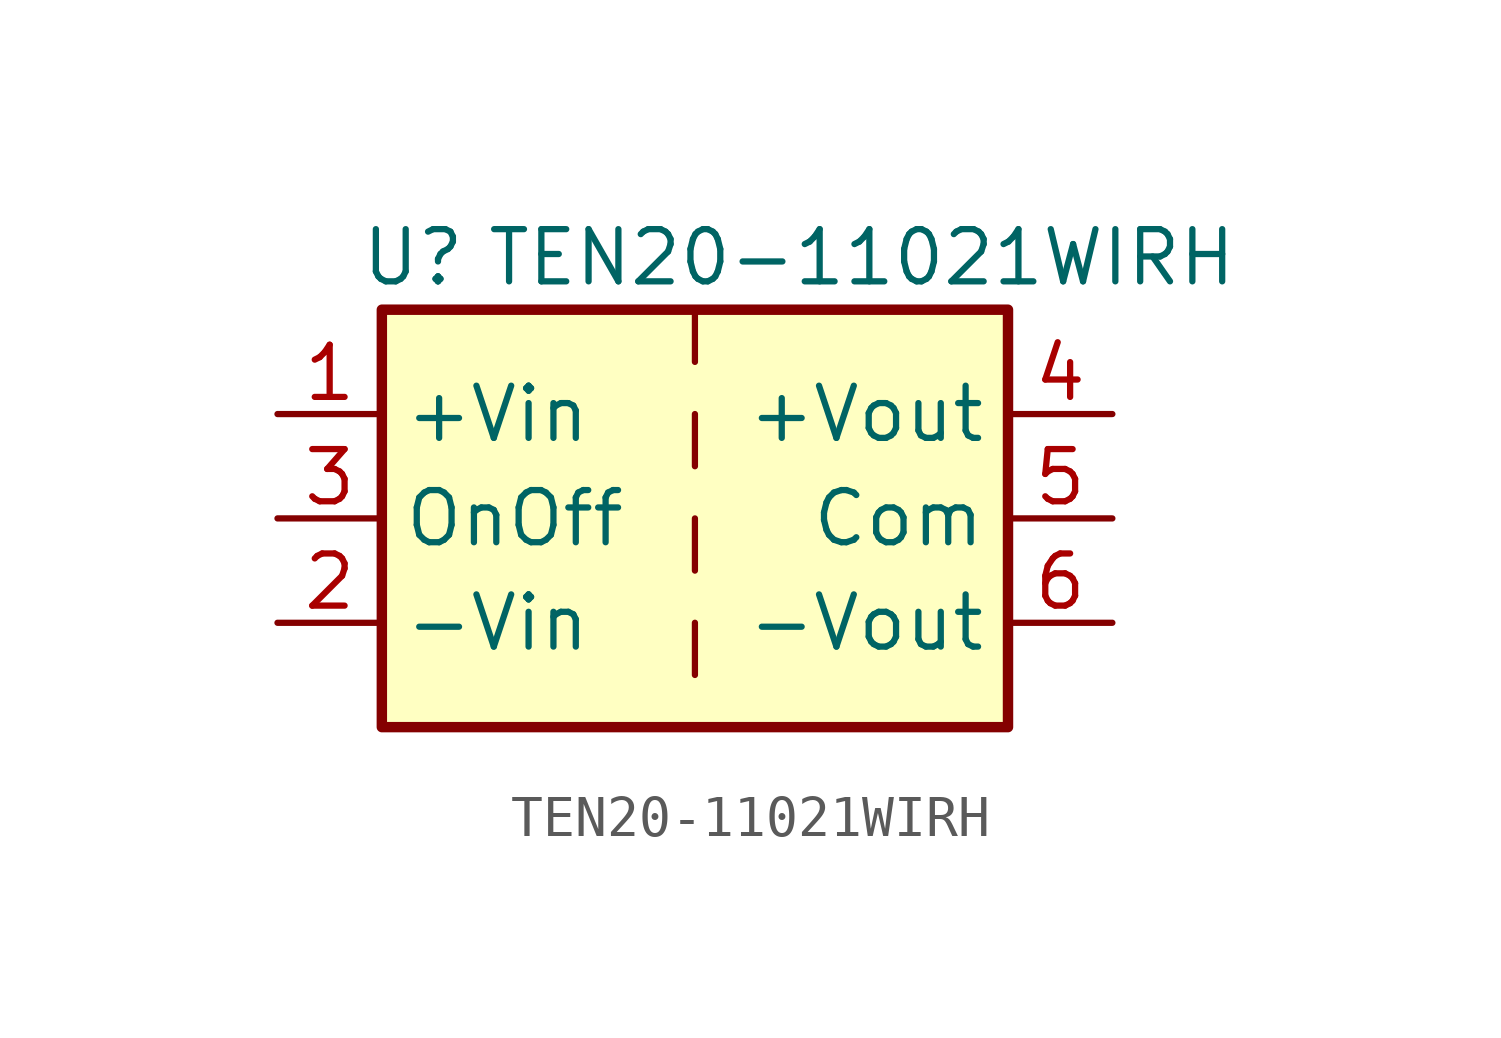
<source format=kicad_sym>
(kicad_symbol_lib
  (version 20241209)
  (generator "kicad_symbol_editor")
  (generator_version "9.0")
  (symbol "TEN20-11021WIRH"
    (property "Reference" "U"
      (at -6.858 6.35 0)
      (effects (font (size 1.27 1.27))))
    (property "Value" "TEN20-11021WIRH"
      (at 4.064 6.35 0)
      (effects (font (size 1.27 1.27))))
    (symbol "TEN20-11021WIRH_0_0"
      (pin input line (at -10.16 0 0) (length 2.54) (name "OnOff" (effects (font (size 1.27 1.27)))) (number "3" (effects (font (size 1.27 1.27))))))
    (symbol "TEN20-11021WIRH_0_1"
      (rectangle (start -7.62 5.08) (end 7.62 -5.08) (stroke (width 0.254) (type default)) (fill (type background)))
      (polyline (pts (xy 0 5.08) (xy 0 3.81)) (stroke (width 0) (type default)) (fill (type none)))
      (polyline (pts (xy 0 2.54) (xy 0 1.27)) (stroke (width 0) (type default)) (fill (type none)))
      (polyline (pts (xy 0 0) (xy 0 -1.27)) (stroke (width 0) (type default)) (fill (type none)))
      (polyline (pts (xy 0 -2.54) (xy 0 -3.81)) (stroke (width 0) (type default)) (fill (type none))))
    (symbol "TEN20-11021WIRH_1_0"
      (pin power_in line (at -10.16 2.54 0) (length 2.54) (name "+Vin" (effects (font (size 1.27 1.27)))) (number "1" (effects (font (size 1.27 1.27)))))
      (pin power_in line (at -10.16 -2.54 0) (length 2.54) (name "-Vin" (effects (font (size 1.27 1.27)))) (number "2" (effects (font (size 1.27 1.27)))))
      (pin power_out line (at 10.16 2.54 180) (length 2.54) (name "+Vout" (effects (font (size 1.27 1.27)))) (number "4" (effects (font (size 1.27 1.27)))))
      (pin power_out line (at 10.16 0 180) (length 2.54) (name "Com" (effects (font (size 1.27 1.27)))) (number "5" (effects (font (size 1.27 1.27)))))
      (pin power_out line (at 10.16 -2.54 180) (length 2.54) (name "-Vout" (effects (font (size 1.27 1.27)))) (number "6" (effects (font (size 1.27 1.27))))))))
</source>
